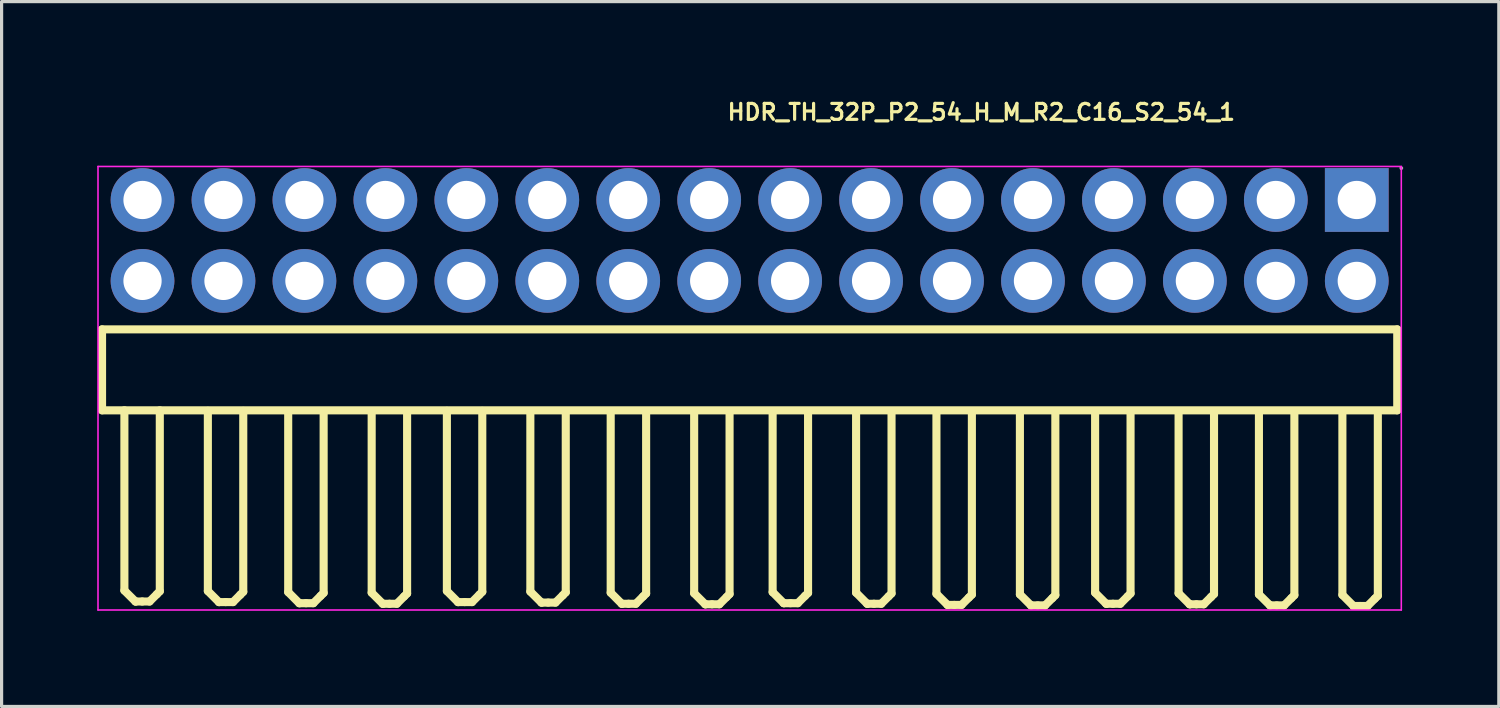
<source format=kicad_pcb>
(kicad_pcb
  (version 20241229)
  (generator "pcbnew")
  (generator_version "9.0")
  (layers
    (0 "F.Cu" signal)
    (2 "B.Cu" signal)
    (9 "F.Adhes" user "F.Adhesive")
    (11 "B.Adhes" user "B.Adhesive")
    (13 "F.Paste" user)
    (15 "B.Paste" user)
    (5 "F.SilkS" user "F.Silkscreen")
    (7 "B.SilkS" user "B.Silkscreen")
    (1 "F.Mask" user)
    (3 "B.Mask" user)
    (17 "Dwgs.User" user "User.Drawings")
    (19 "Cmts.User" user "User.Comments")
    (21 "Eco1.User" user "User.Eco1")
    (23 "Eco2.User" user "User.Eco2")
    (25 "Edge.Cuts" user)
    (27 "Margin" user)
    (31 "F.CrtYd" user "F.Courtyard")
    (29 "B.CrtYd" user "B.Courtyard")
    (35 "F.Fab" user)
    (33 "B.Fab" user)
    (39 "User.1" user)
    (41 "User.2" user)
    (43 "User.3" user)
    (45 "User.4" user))
  (footprint "HDR_TH_32P_P2_54_H_M_R2_C16_S2_54_1"
    (layer "F.Cu")
    (at 20.472 9.132)
    (property "Reference" "HDR_TH_32P_P2_54_H_M_R2_C16_S2_54_1" (at -0.75 -8.664 0) (layer "F.SilkS") (effects (font (size 0.5 0.5) (thickness 0.1)) (justify left)))
    (fp_line (start -20.32 -1.847) (end -20.32 0.693) (stroke (width 0.254) (type solid)) (layer "F.SilkS"))
    (fp_line (start -20.32 0.693) (end 20.32 0.693) (stroke (width 0.254) (type solid)) (layer "F.SilkS"))
    (fp_line (start -19.619 6.346) (end -19.619 0.691) (stroke (width 0.254) (type solid)) (layer "F.SilkS"))
    (fp_line (start -19.619 6.346) (end -19.272 6.692) (stroke (width 0.254) (type solid)) (layer "F.SilkS"))
    (fp_line (start -19.272 6.692) (end -19.26 6.692) (stroke (width 0.254) (type solid)) (layer "F.SilkS"))
    (fp_line (start -19.059 6.692) (end -19.26 6.692) (stroke (width 0.254) (type solid)) (layer "F.SilkS"))
    (fp_line (start -19.059 6.692) (end -18.83 6.692) (stroke (width 0.254) (type solid)) (layer "F.SilkS"))
    (fp_line (start -18.83 6.692) (end -18.6 6.463) (stroke (width 0.254) (type solid)) (layer "F.SilkS"))
    (fp_line (start -18.6 6.463) (end -18.508 6.37) (stroke (width 0.254) (type solid)) (layer "F.SilkS"))
    (fp_line (start -18.508 6.37) (end -18.508 0.693) (stroke (width 0.254) (type solid)) (layer "F.SilkS"))
    (fp_line (start -17 6.362) (end -17 0.709) (stroke (width 0.254) (type solid)) (layer "F.SilkS"))
    (fp_line (start -17 6.362) (end -16.653 6.71) (stroke (width 0.254) (type solid)) (layer "F.SilkS"))
    (fp_line (start -16.653 6.71) (end -16.641 6.71) (stroke (width 0.254) (type solid)) (layer "F.SilkS"))
    (fp_line (start -16.44 6.71) (end -16.641 6.71) (stroke (width 0.254) (type solid)) (layer "F.SilkS"))
    (fp_line (start -16.44 6.71) (end -16.211 6.71) (stroke (width 0.254) (type solid)) (layer "F.SilkS"))
    (fp_line (start -16.211 6.71) (end -15.981 6.479) (stroke (width 0.254) (type solid)) (layer "F.SilkS"))
    (fp_line (start -15.981 6.479) (end -15.889 6.386) (stroke (width 0.254) (type solid)) (layer "F.SilkS"))
    (fp_line (start -15.889 6.386) (end -15.889 0.71) (stroke (width 0.254) (type solid)) (layer "F.SilkS"))
    (fp_line (start -14.479 6.397) (end -14.479 0.744) (stroke (width 0.254) (type solid)) (layer "F.SilkS"))
    (fp_line (start -14.479 6.397) (end -14.132 6.745) (stroke (width 0.254) (type solid)) (layer "F.SilkS"))
    (fp_line (start -14.132 6.745) (end -14.12 6.745) (stroke (width 0.254) (type solid)) (layer "F.SilkS"))
    (fp_line (start -13.919 6.745) (end -14.12 6.745) (stroke (width 0.254) (type solid)) (layer "F.SilkS"))
    (fp_line (start -13.919 6.745) (end -13.69 6.745) (stroke (width 0.254) (type solid)) (layer "F.SilkS"))
    (fp_line (start -13.69 6.745) (end -13.46 6.514) (stroke (width 0.254) (type solid)) (layer "F.SilkS"))
    (fp_line (start -13.46 6.514) (end -13.367 6.423) (stroke (width 0.254) (type solid)) (layer "F.SilkS"))
    (fp_line (start -13.367 6.423) (end -13.367 0.745) (stroke (width 0.254) (type solid)) (layer "F.SilkS"))
    (fp_line (start -11.86 6.415) (end -11.86 0.76) (stroke (width 0.254) (type solid)) (layer "F.SilkS"))
    (fp_line (start -11.86 6.415) (end -11.513 6.763) (stroke (width 0.254) (type solid)) (layer "F.SilkS"))
    (fp_line (start -11.513 6.763) (end -11.501 6.763) (stroke (width 0.254) (type solid)) (layer "F.SilkS"))
    (fp_line (start -11.3 6.763) (end -11.501 6.763) (stroke (width 0.254) (type solid)) (layer "F.SilkS"))
    (fp_line (start -11.3 6.763) (end -11.071 6.763) (stroke (width 0.254) (type solid)) (layer "F.SilkS"))
    (fp_line (start -11.071 6.763) (end -10.841 6.532) (stroke (width 0.254) (type solid)) (layer "F.SilkS"))
    (fp_line (start -10.841 6.532) (end -10.748 6.439) (stroke (width 0.254) (type solid)) (layer "F.SilkS"))
    (fp_line (start -10.748 6.439) (end -10.748 0.762) (stroke (width 0.254) (type solid)) (layer "F.SilkS"))
    (fp_line (start -9.5 6.362) (end -9.5 0.709) (stroke (width 0.254) (type solid)) (layer "F.SilkS"))
    (fp_line (start -9.5 6.362) (end -9.153 6.71) (stroke (width 0.254) (type solid)) (layer "F.SilkS"))
    (fp_line (start -9.153 6.71) (end -9.141 6.71) (stroke (width 0.254) (type solid)) (layer "F.SilkS"))
    (fp_line (start -8.94 6.71) (end -9.141 6.71) (stroke (width 0.254) (type solid)) (layer "F.SilkS"))
    (fp_line (start -8.94 6.71) (end -8.711 6.71) (stroke (width 0.254) (type solid)) (layer "F.SilkS"))
    (fp_line (start -8.711 6.71) (end -8.481 6.479) (stroke (width 0.254) (type solid)) (layer "F.SilkS"))
    (fp_line (start -8.481 6.479) (end -8.389 6.386) (stroke (width 0.254) (type solid)) (layer "F.SilkS"))
    (fp_line (start -8.389 6.386) (end -8.389 0.71) (stroke (width 0.254) (type solid)) (layer "F.SilkS"))
    (fp_line (start -6.881 6.38) (end -6.881 0.726) (stroke (width 0.254) (type solid)) (layer "F.SilkS"))
    (fp_line (start -6.881 6.38) (end -6.534 6.726) (stroke (width 0.254) (type solid)) (layer "F.SilkS"))
    (fp_line (start -6.534 6.726) (end -6.522 6.726) (stroke (width 0.254) (type solid)) (layer "F.SilkS"))
    (fp_line (start -6.321 6.726) (end -6.522 6.726) (stroke (width 0.254) (type solid)) (layer "F.SilkS"))
    (fp_line (start -6.321 6.726) (end -6.092 6.726) (stroke (width 0.254) (type solid)) (layer "F.SilkS"))
    (fp_line (start -6.092 6.726) (end -5.862 6.497) (stroke (width 0.254) (type solid)) (layer "F.SilkS"))
    (fp_line (start -5.862 6.497) (end -5.77 6.404) (stroke (width 0.254) (type solid)) (layer "F.SilkS"))
    (fp_line (start -5.77 6.404) (end -5.77 0.727) (stroke (width 0.254) (type solid)) (layer "F.SilkS"))
    (fp_line (start -4.36 6.415) (end -4.36 0.76) (stroke (width 0.254) (type solid)) (layer "F.SilkS"))
    (fp_line (start -4.36 6.415) (end -4.013 6.763) (stroke (width 0.254) (type solid)) (layer "F.SilkS"))
    (fp_line (start -4.013 6.763) (end -4.001 6.763) (stroke (width 0.254) (type solid)) (layer "F.SilkS"))
    (fp_line (start -3.8 6.763) (end -4.001 6.763) (stroke (width 0.254) (type solid)) (layer "F.SilkS"))
    (fp_line (start -3.8 6.763) (end -3.571 6.763) (stroke (width 0.254) (type solid)) (layer "F.SilkS"))
    (fp_line (start -3.571 6.763) (end -3.341 6.532) (stroke (width 0.254) (type solid)) (layer "F.SilkS"))
    (fp_line (start -3.341 6.532) (end -3.248 6.439) (stroke (width 0.254) (type solid)) (layer "F.SilkS"))
    (fp_line (start -3.248 6.439) (end -3.248 0.762) (stroke (width 0.254) (type solid)) (layer "F.SilkS"))
    (fp_line (start -1.741 6.433) (end -1.741 0.777) (stroke (width 0.254) (type solid)) (layer "F.SilkS"))
    (fp_line (start -1.741 6.433) (end -1.394 6.779) (stroke (width 0.254) (type solid)) (layer "F.SilkS"))
    (fp_line (start -1.394 6.779) (end -1.382 6.779) (stroke (width 0.254) (type solid)) (layer "F.SilkS"))
    (fp_line (start -1.181 6.779) (end -1.382 6.779) (stroke (width 0.254) (type solid)) (layer "F.SilkS"))
    (fp_line (start -1.181 6.779) (end -0.952 6.779) (stroke (width 0.254) (type solid)) (layer "F.SilkS"))
    (fp_line (start -0.952 6.779) (end -0.722 6.55) (stroke (width 0.254) (type solid)) (layer "F.SilkS"))
    (fp_line (start -0.722 6.55) (end -0.63 6.457) (stroke (width 0.254) (type solid)) (layer "F.SilkS"))
    (fp_line (start -0.63 6.457) (end -0.63 0.779) (stroke (width 0.254) (type solid)) (layer "F.SilkS"))
    (fp_line (start 0.721 6.397) (end 0.721 0.744) (stroke (width 0.254) (type solid)) (layer "F.SilkS"))
    (fp_line (start 0.721 6.397) (end 1.068 6.745) (stroke (width 0.254) (type solid)) (layer "F.SilkS"))
    (fp_line (start 1.068 6.745) (end 1.08 6.745) (stroke (width 0.254) (type solid)) (layer "F.SilkS"))
    (fp_line (start 1.281 6.745) (end 1.08 6.745) (stroke (width 0.254) (type solid)) (layer "F.SilkS"))
    (fp_line (start 1.281 6.745) (end 1.51 6.745) (stroke (width 0.254) (type solid)) (layer "F.SilkS"))
    (fp_line (start 1.51 6.745) (end 1.74 6.514) (stroke (width 0.254) (type solid)) (layer "F.SilkS"))
    (fp_line (start 1.74 6.514) (end 1.833 6.423) (stroke (width 0.254) (type solid)) (layer "F.SilkS"))
    (fp_line (start 1.833 6.423) (end 1.833 0.745) (stroke (width 0.254) (type solid)) (layer "F.SilkS"))
    (fp_line (start 3.34 6.415) (end 3.34 0.76) (stroke (width 0.254) (type solid)) (layer "F.SilkS"))
    (fp_line (start 3.34 6.415) (end 3.687 6.763) (stroke (width 0.254) (type solid)) (layer "F.SilkS"))
    (fp_line (start 3.687 6.763) (end 3.699 6.763) (stroke (width 0.254) (type solid)) (layer "F.SilkS"))
    (fp_line (start 3.9 6.763) (end 3.699 6.763) (stroke (width 0.254) (type solid)) (layer "F.SilkS"))
    (fp_line (start 3.9 6.763) (end 4.129 6.763) (stroke (width 0.254) (type solid)) (layer "F.SilkS"))
    (fp_line (start 4.129 6.763) (end 4.359 6.532) (stroke (width 0.254) (type solid)) (layer "F.SilkS"))
    (fp_line (start 4.359 6.532) (end 4.452 6.439) (stroke (width 0.254) (type solid)) (layer "F.SilkS"))
    (fp_line (start 4.452 6.439) (end 4.452 0.762) (stroke (width 0.254) (type solid)) (layer "F.SilkS"))
    (fp_line (start 5.861 6.45) (end 5.861 0.796) (stroke (width 0.254) (type solid)) (layer "F.SilkS"))
    (fp_line (start 5.861 6.45) (end 6.208 6.798) (stroke (width 0.254) (type solid)) (layer "F.SilkS"))
    (fp_line (start 6.208 6.798) (end 6.22 6.798) (stroke (width 0.254) (type solid)) (layer "F.SilkS"))
    (fp_line (start 6.421 6.798) (end 6.22 6.798) (stroke (width 0.254) (type solid)) (layer "F.SilkS"))
    (fp_line (start 6.421 6.798) (end 6.65 6.798) (stroke (width 0.254) (type solid)) (layer "F.SilkS"))
    (fp_line (start 6.65 6.798) (end 6.88 6.567) (stroke (width 0.254) (type solid)) (layer "F.SilkS"))
    (fp_line (start 6.88 6.567) (end 6.973 6.476) (stroke (width 0.254) (type solid)) (layer "F.SilkS"))
    (fp_line (start 6.973 6.476) (end 6.973 0.797) (stroke (width 0.254) (type solid)) (layer "F.SilkS"))
    (fp_line (start 8.48 6.468) (end 8.48 0.814) (stroke (width 0.254) (type solid)) (layer "F.SilkS"))
    (fp_line (start 8.48 6.468) (end 8.827 6.814) (stroke (width 0.254) (type solid)) (layer "F.SilkS"))
    (fp_line (start 8.827 6.814) (end 8.839 6.814) (stroke (width 0.254) (type solid)) (layer "F.SilkS"))
    (fp_line (start 9.04 6.814) (end 8.839 6.814) (stroke (width 0.254) (type solid)) (layer "F.SilkS"))
    (fp_line (start 9.04 6.814) (end 9.269 6.814) (stroke (width 0.254) (type solid)) (layer "F.SilkS"))
    (fp_line (start 9.269 6.814) (end 9.499 6.585) (stroke (width 0.254) (type solid)) (layer "F.SilkS"))
    (fp_line (start 9.499 6.585) (end 9.592 6.492) (stroke (width 0.254) (type solid)) (layer "F.SilkS"))
    (fp_line (start 9.592 6.492) (end 9.592 0.815) (stroke (width 0.254) (type solid)) (layer "F.SilkS"))
    (fp_line (start 10.84 6.415) (end 10.84 0.76) (stroke (width 0.254) (type solid)) (layer "F.SilkS"))
    (fp_line (start 10.84 6.415) (end 11.187 6.763) (stroke (width 0.254) (type solid)) (layer "F.SilkS"))
    (fp_line (start 11.187 6.763) (end 11.199 6.763) (stroke (width 0.254) (type solid)) (layer "F.SilkS"))
    (fp_line (start 11.4 6.763) (end 11.199 6.763) (stroke (width 0.254) (type solid)) (layer "F.SilkS"))
    (fp_line (start 11.4 6.763) (end 11.629 6.763) (stroke (width 0.254) (type solid)) (layer "F.SilkS"))
    (fp_line (start 11.629 6.763) (end 11.859 6.532) (stroke (width 0.254) (type solid)) (layer "F.SilkS"))
    (fp_line (start 11.859 6.532) (end 11.952 6.439) (stroke (width 0.254) (type solid)) (layer "F.SilkS"))
    (fp_line (start 11.952 6.439) (end 11.952 0.762) (stroke (width 0.254) (type solid)) (layer "F.SilkS"))
    (fp_line (start 13.459 6.433) (end 13.459 0.777) (stroke (width 0.254) (type solid)) (layer "F.SilkS"))
    (fp_line (start 13.459 6.433) (end 13.806 6.779) (stroke (width 0.254) (type solid)) (layer "F.SilkS"))
    (fp_line (start 13.806 6.779) (end 13.818 6.779) (stroke (width 0.254) (type solid)) (layer "F.SilkS"))
    (fp_line (start 14.019 6.779) (end 13.818 6.779) (stroke (width 0.254) (type solid)) (layer "F.SilkS"))
    (fp_line (start 14.019 6.779) (end 14.248 6.779) (stroke (width 0.254) (type solid)) (layer "F.SilkS"))
    (fp_line (start 14.248 6.779) (end 14.478 6.55) (stroke (width 0.254) (type solid)) (layer "F.SilkS"))
    (fp_line (start 14.478 6.55) (end 14.571 6.457) (stroke (width 0.254) (type solid)) (layer "F.SilkS"))
    (fp_line (start 14.571 6.457) (end 14.571 0.779) (stroke (width 0.254) (type solid)) (layer "F.SilkS"))
    (fp_line (start 15.98 6.468) (end 15.98 0.814) (stroke (width 0.254) (type solid)) (layer "F.SilkS"))
    (fp_line (start 15.98 6.468) (end 16.328 6.814) (stroke (width 0.254) (type solid)) (layer "F.SilkS"))
    (fp_line (start 16.328 6.814) (end 16.339 6.814) (stroke (width 0.254) (type solid)) (layer "F.SilkS"))
    (fp_line (start 16.54 6.814) (end 16.339 6.814) (stroke (width 0.254) (type solid)) (layer "F.SilkS"))
    (fp_line (start 16.54 6.814) (end 16.769 6.814) (stroke (width 0.254) (type solid)) (layer "F.SilkS"))
    (fp_line (start 16.769 6.814) (end 16.999 6.585) (stroke (width 0.254) (type solid)) (layer "F.SilkS"))
    (fp_line (start 16.999 6.585) (end 17.092 6.492) (stroke (width 0.254) (type solid)) (layer "F.SilkS"))
    (fp_line (start 17.092 6.492) (end 17.092 0.815) (stroke (width 0.254) (type solid)) (layer "F.SilkS"))
    (fp_line (start 18.599 6.484) (end 18.599 0.831) (stroke (width 0.254) (type solid)) (layer "F.SilkS"))
    (fp_line (start 18.599 6.484) (end 18.946 6.832) (stroke (width 0.254) (type solid)) (layer "F.SilkS"))
    (fp_line (start 18.946 6.832) (end 18.958 6.832) (stroke (width 0.254) (type solid)) (layer "F.SilkS"))
    (fp_line (start 19.159 6.832) (end 18.958 6.832) (stroke (width 0.254) (type solid)) (layer "F.SilkS"))
    (fp_line (start 19.159 6.832) (end 19.388 6.832) (stroke (width 0.254) (type solid)) (layer "F.SilkS"))
    (fp_line (start 19.388 6.832) (end 19.618 6.601) (stroke (width 0.254) (type solid)) (layer "F.SilkS"))
    (fp_line (start 19.618 6.601) (end 19.711 6.51) (stroke (width 0.254) (type solid)) (layer "F.SilkS"))
    (fp_line (start 19.711 6.51) (end 19.711 0.832) (stroke (width 0.254) (type solid)) (layer "F.SilkS"))
    (fp_line (start 20.32 -1.847) (end -20.32 -1.847) (stroke (width 0.254) (type solid)) (layer "F.SilkS"))
    (fp_line (start 20.32 0.693) (end 20.32 -1.847) (stroke (width 0.254) (type solid)) (layer "F.SilkS"))
    (fp_line (start -20.447 -6.958) (end -20.447 6.958) (stroke (width 0.05) (type solid)) (layer "F.CrtYd"))
    (fp_line (start -20.447 6.958) (end 20.447 6.958) (stroke (width 0.05) (type solid)) (layer "F.CrtYd"))
    (fp_line (start 20.447 -6.958) (end -20.447 -6.958) (stroke (width 0.05) (type solid)) (layer "F.CrtYd"))
    (fp_line (start 20.447 6.958) (end 20.447 -6.958) (stroke (width 0.05) (type solid)) (layer "F.CrtYd"))
    (fp_arc (start 20.477 -6.9075) (mid 20.417 -6.9075) (end 20.477 -6.9075) (stroke (width 0.06) (type solid)) (layer "F.Fab"))
    (pad "1" thru_hole rect (at 19.05 -5.907 180) (size 2 2) (drill 1.2) (layers "*.Cu" "*.Mask"))
    (pad "2" thru_hole circle (at 19.05 -3.368) (size 2 2) (drill 1.2) (layers "*.Cu" "*.Mask"))
    (pad "3" thru_hole circle (at 16.51 -5.907) (size 2 2) (drill 1.2) (layers "*.Cu" "*.Mask"))
    (pad "4" thru_hole circle (at 16.51 -3.368) (size 2 2) (drill 1.2) (layers "*.Cu" "*.Mask"))
    (pad "5" thru_hole circle (at 13.97 -5.907) (size 2 2) (drill 1.2) (layers "*.Cu" "*.Mask"))
    (pad "6" thru_hole circle (at 13.97 -3.368) (size 2 2) (drill 1.2) (layers "*.Cu" "*.Mask"))
    (pad "7" thru_hole circle (at 11.43 -5.907) (size 2 2) (drill 1.2) (layers "*.Cu" "*.Mask"))
    (pad "8" thru_hole circle (at 11.43 -3.368) (size 2 2) (drill 1.2) (layers "*.Cu" "*.Mask"))
    (pad "9" thru_hole circle (at 8.89 -5.907) (size 2 2) (drill 1.2) (layers "*.Cu" "*.Mask"))
    (pad "10" thru_hole circle (at 8.89 -3.368) (size 2 2) (drill 1.2) (layers "*.Cu" "*.Mask"))
    (pad "11" thru_hole circle (at 6.35 -5.907) (size 2 2) (drill 1.2) (layers "*.Cu" "*.Mask"))
    (pad "12" thru_hole circle (at 6.35 -3.368) (size 2 2) (drill 1.2) (layers "*.Cu" "*.Mask"))
    (pad "13" thru_hole circle (at 3.81 -5.907) (size 2 2) (drill 1.2) (layers "*.Cu" "*.Mask"))
    (pad "14" thru_hole circle (at 3.81 -3.368) (size 2 2) (drill 1.2) (layers "*.Cu" "*.Mask"))
    (pad "15" thru_hole circle (at 1.27 -5.907) (size 2 2) (drill 1.2) (layers "*.Cu" "*.Mask"))
    (pad "16" thru_hole circle (at 1.27 -3.368) (size 2 2) (drill 1.2) (layers "*.Cu" "*.Mask"))
    (pad "17" thru_hole circle (at -1.27 -5.907) (size 2 2) (drill 1.2) (layers "*.Cu" "*.Mask"))
    (pad "18" thru_hole circle (at -1.27 -3.368) (size 2 2) (drill 1.2) (layers "*.Cu" "*.Mask"))
    (pad "19" thru_hole circle (at -3.81 -5.907) (size 2 2) (drill 1.2) (layers "*.Cu" "*.Mask"))
    (pad "20" thru_hole circle (at -3.81 -3.368) (size 2 2) (drill 1.2) (layers "*.Cu" "*.Mask"))
    (pad "21" thru_hole circle (at -6.35 -5.907) (size 2 2) (drill 1.2) (layers "*.Cu" "*.Mask"))
    (pad "22" thru_hole circle (at -6.35 -3.368) (size 2 2) (drill 1.2) (layers "*.Cu" "*.Mask"))
    (pad "23" thru_hole circle (at -8.89 -5.907) (size 2 2) (drill 1.2) (layers "*.Cu" "*.Mask"))
    (pad "24" thru_hole circle (at -8.89 -3.368) (size 2 2) (drill 1.2) (layers "*.Cu" "*.Mask"))
    (pad "25" thru_hole circle (at -11.43 -5.907) (size 2 2) (drill 1.2) (layers "*.Cu" "*.Mask"))
    (pad "26" thru_hole circle (at -11.43 -3.368) (size 2 2) (drill 1.2) (layers "*.Cu" "*.Mask"))
    (pad "27" thru_hole circle (at -13.97 -5.907) (size 2 2) (drill 1.2) (layers "*.Cu" "*.Mask"))
    (pad "28" thru_hole circle (at -13.97 -3.368) (size 2 2) (drill 1.2) (layers "*.Cu" "*.Mask"))
    (pad "29" thru_hole circle (at -16.51 -5.907) (size 2 2) (drill 1.2) (layers "*.Cu" "*.Mask"))
    (pad "30" thru_hole circle (at -16.51 -3.368) (size 2 2) (drill 1.2) (layers "*.Cu" "*.Mask"))
    (pad "31" thru_hole circle (at -19.05 -5.907) (size 2 2) (drill 1.2) (layers "*.Cu" "*.Mask"))
    (pad "32" thru_hole circle (at -19.05 -3.368) (size 2 2) (drill 1.2) (layers "*.Cu" "*.Mask")))
  (gr_rect
    (start -3 -3)
    (end 43.979 19.116)
    (stroke (width 0.1) (type default))
    (fill no)
    (layer "Edge.Cuts")))
</source>
